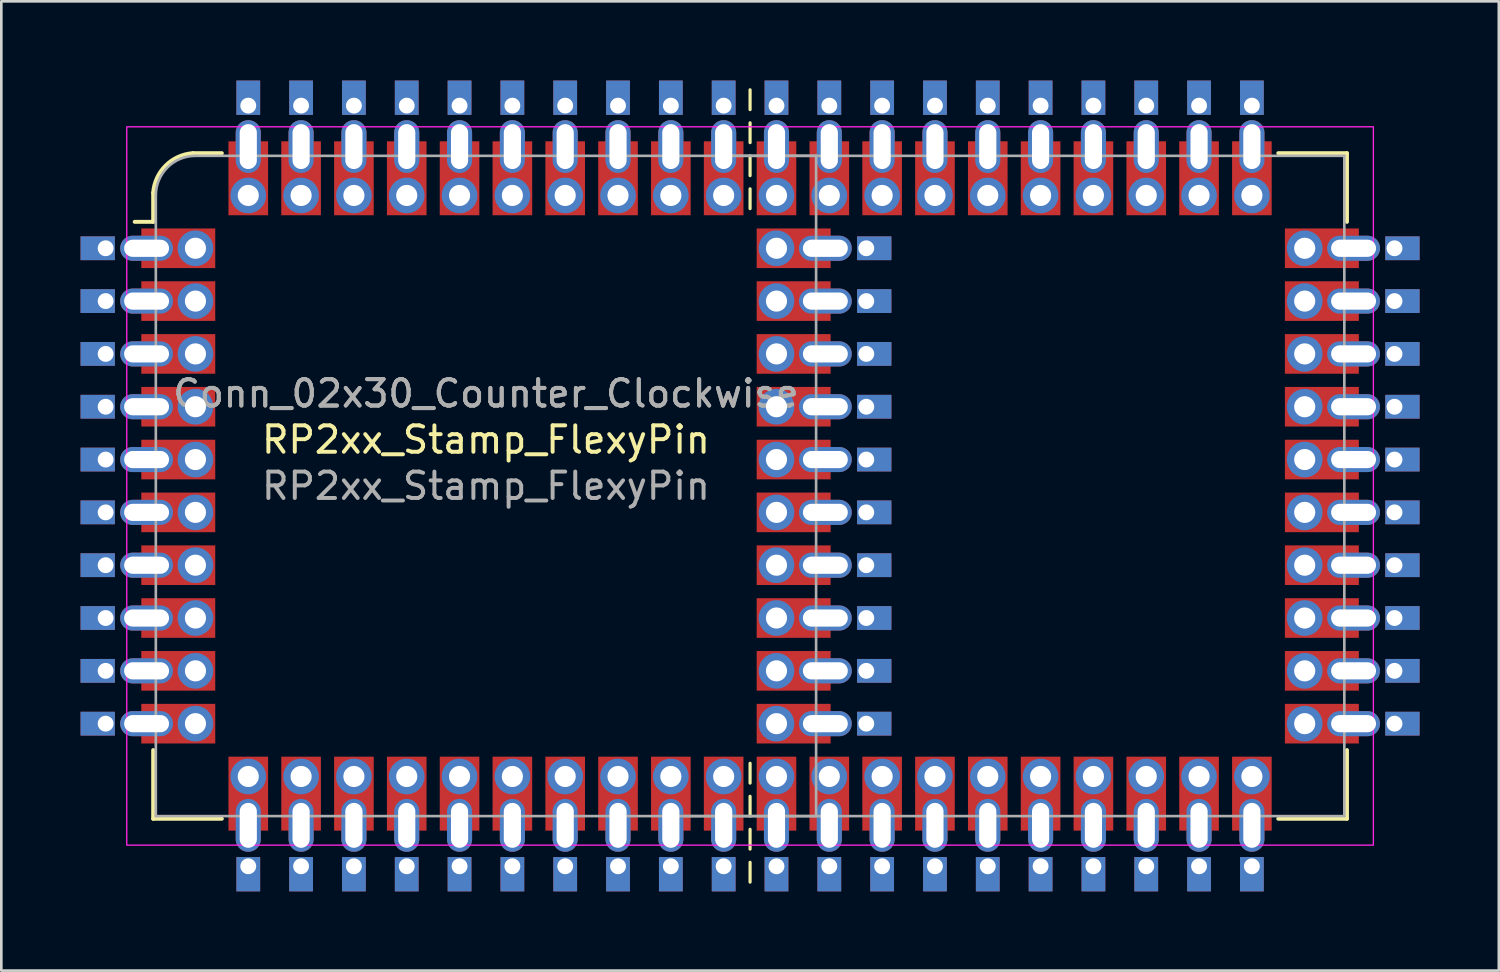
<source format=kicad_pcb>
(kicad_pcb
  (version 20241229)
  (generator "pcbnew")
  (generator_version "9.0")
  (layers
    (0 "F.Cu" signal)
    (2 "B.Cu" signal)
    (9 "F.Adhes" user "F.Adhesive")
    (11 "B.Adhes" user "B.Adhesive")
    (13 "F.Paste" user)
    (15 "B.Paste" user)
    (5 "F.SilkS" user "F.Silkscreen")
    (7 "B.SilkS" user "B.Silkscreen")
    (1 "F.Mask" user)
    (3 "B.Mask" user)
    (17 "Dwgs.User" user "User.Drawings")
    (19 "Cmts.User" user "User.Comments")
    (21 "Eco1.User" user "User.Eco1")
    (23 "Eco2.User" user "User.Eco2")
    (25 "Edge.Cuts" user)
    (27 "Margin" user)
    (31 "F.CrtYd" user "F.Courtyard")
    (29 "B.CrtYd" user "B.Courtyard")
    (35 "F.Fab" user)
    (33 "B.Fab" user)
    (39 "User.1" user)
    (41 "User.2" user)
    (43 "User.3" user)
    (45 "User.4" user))
  (footprint "RP2xx_Stamp_FlexyPin"
    (layer "F.Cu")
    (at 15.35 15.35)
    (property "Reference" "RP2xx_Stamp_FlexyPin" (at 0 -1.75 0) (unlocked yes) (layer "F.SilkS") (effects (font (size 1 1) (thickness 0.15))))
    (property "Value" "Conn_02x30_Counter_Clockwise" (at 0 1.75 0) (unlocked yes) (layer "F.Fab") (hide yes) (effects (font (size 1 1) (thickness 0.15))))
    (attr through_hole)
    (fp_line (start -12.6 -10) (end -13.3 -10) (stroke (width 0.15) (type solid)) (layer "F.SilkS"))
    (fp_line (start -12.6 -10) (end -12.6 -11.1) (stroke (width 0.15) (type solid)) (layer "F.SilkS"))
    (fp_line (start -12.6 12.6) (end -12.6 10) (stroke (width 0.15) (type solid)) (layer "F.SilkS"))
    (fp_line (start -11.1 -12.6) (end -10 -12.6) (stroke (width 0.15) (type solid)) (layer "F.SilkS"))
    (fp_line (start -10 12.6) (end -12.6 12.6) (stroke (width 0.15) (type solid)) (layer "F.SilkS"))
    (fp_line (start 10 -15) (end 10 -14.25) (stroke (width 0.12) (type default)) (layer "F.SilkS"))
    (fp_line (start 10 -13.75) (end 10 -13) (stroke (width 0.12) (type default)) (layer "F.SilkS"))
    (fp_line (start 10 -12.5) (end 10 -11.75) (stroke (width 0.12) (type default)) (layer "F.SilkS"))
    (fp_line (start 10 -11.25) (end 10 -10.5) (stroke (width 0.12) (type default)) (layer "F.SilkS"))
    (fp_line (start 10 10.5) (end 10 11.25) (stroke (width 0.12) (type default)) (layer "F.SilkS"))
    (fp_line (start 10 11.75) (end 10 12.5) (stroke (width 0.12) (type default)) (layer "F.SilkS"))
    (fp_line (start 10 13) (end 10 13.75) (stroke (width 0.12) (type default)) (layer "F.SilkS"))
    (fp_line (start 10 14.25) (end 10 15) (stroke (width 0.12) (type default)) (layer "F.SilkS"))
    (fp_line (start 30 -12.6) (end 32.6 -12.6) (stroke (width 0.15) (type solid)) (layer "F.SilkS"))
    (fp_line (start 32.6 -12.6) (end 32.6 -10) (stroke (width 0.15) (type solid)) (layer "F.SilkS"))
    (fp_line (start 32.6 10) (end 32.6 12.6) (stroke (width 0.15) (type solid)) (layer "F.SilkS"))
    (fp_line (start 32.6 12.6) (end 30 12.6) (stroke (width 0.15) (type solid)) (layer "F.SilkS"))
    (fp_arc (start -12.6 -11.1) (mid -12.129432 -12.129432) (end -11.1 -12.6) (stroke (width 0.15) (type solid)) (layer "F.SilkS"))
    (fp_rect (start -13.6 -13.6) (end 33.6 13.6) (stroke (width 0.05) (type solid)) (fill no) (layer "F.CrtYd"))
    (fp_line (start -12.5 12.5) (end -12.5 -11) (stroke (width 0.1) (type solid)) (layer "F.Fab"))
    (fp_line (start -11 -12.5) (end 12.5 -12.5) (stroke (width 0.1) (type solid)) (layer "F.Fab"))
    (fp_line (start 9 -12.5) (end 32.5 -12.5) (stroke (width 0.1) (type solid)) (layer "F.Fab"))
    (fp_line (start 12.5 -12.5) (end 12.5 12.5) (stroke (width 0.1) (type solid)) (layer "F.Fab"))
    (fp_line (start 12.5 12.5) (end -12.5 12.5) (stroke (width 0.1) (type solid)) (layer "F.Fab"))
    (fp_line (start 32.5 -12.5) (end 32.5 12.5) (stroke (width 0.1) (type solid)) (layer "F.Fab"))
    (fp_line (start 32.5 12.5) (end 7.5 12.5) (stroke (width 0.1) (type solid)) (layer "F.Fab"))
    (fp_arc (start -12.500003 -11.000003) (mid -12.060661 -12.060662) (end -11 -12.5) (stroke (width 0.1) (type solid)) (layer "F.Fab"))
    (fp_text user "${VALUE}" (at 0 -3.5 0) (unlocked yes) (layer "F.Fab") (effects (font (size 1 1) (thickness 0.15))))
    (fp_text user "${REFERENCE}" (at 0 0 0) (unlocked yes) (layer "F.Fab") (effects (font (size 1 1) (thickness 0.15))))
    (fp_text user "${VALUE}" (at 0 -3.5 0) (unlocked yes) (layer "F.Fab") (effects (font (size 1 1) (thickness 0.15))))
    (pad "1" thru_hole rect (at -14.4 -9) (size 1.3 0.9) (drill 0.6 (offset -0.3 0)) (layers "*.Cu" "*.Mask"))
    (pad "1" thru_hole oval (at -12.85 -9 180) (size 2 0.95) (drill oval 1.7 0.65) (layers "*.Cu" "*.Mask"))
    (pad "1" smd rect (at -11.65 -9) (size 2.8 1.5) (layers "F.Cu" "F.Mask" "F.Paste"))
    (pad "1" thru_hole circle (at -11 -9) (size 1.35 1.35) (drill 0.8) (layers "*.Cu" "*.Mask"))
    (pad "2" thru_hole rect (at -14.4 -7) (size 1.3 0.9) (drill 0.6 (offset -0.3 0)) (layers "*.Cu" "*.Mask"))
    (pad "2" thru_hole oval (at -12.85 -7 180) (size 2 0.95) (drill oval 1.7 0.65) (layers "*.Cu" "*.Mask"))
    (pad "2" smd rect (at -11.65 -7) (size 2.8 1.5) (layers "F.Cu" "F.Mask" "F.Paste"))
    (pad "2" thru_hole oval (at -11 -7) (size 1.35 1.35) (drill 0.8) (layers "*.Cu" "*.Mask"))
    (pad "3" thru_hole rect (at -14.4 -5) (size 1.3 0.9) (drill 0.6 (offset -0.3 0)) (layers "*.Cu" "*.Mask"))
    (pad "3" thru_hole oval (at -12.85 -5 180) (size 2 0.95) (drill oval 1.7 0.65) (layers "*.Cu" "*.Mask"))
    (pad "3" smd rect (at -11.65 -5) (size 2.8 1.5) (layers "F.Cu" "F.Mask" "F.Paste"))
    (pad "3" thru_hole oval (at -11 -5) (size 1.35 1.35) (drill 0.8) (layers "*.Cu" "*.Mask"))
    (pad "4" thru_hole rect (at -14.4 -3) (size 1.3 0.9) (drill 0.6 (offset -0.3 0)) (layers "*.Cu" "*.Mask"))
    (pad "4" thru_hole oval (at -12.85 -3 180) (size 2 0.95) (drill oval 1.7 0.65) (layers "*.Cu" "*.Mask"))
    (pad "4" smd rect (at -11.65 -3) (size 2.8 1.5) (layers "F.Cu" "F.Mask" "F.Paste"))
    (pad "4" thru_hole oval (at -11 -3) (size 1.35 1.35) (drill 0.8) (layers "*.Cu" "*.Mask"))
    (pad "5" thru_hole rect (at -14.4 -1) (size 1.3 0.9) (drill 0.6 (offset -0.3 0)) (layers "*.Cu" "*.Mask"))
    (pad "5" thru_hole oval (at -12.85 -1 180) (size 2 0.95) (drill oval 1.7 0.65) (layers "*.Cu" "*.Mask"))
    (pad "5" smd rect (at -11.65 -1) (size 2.8 1.5) (layers "F.Cu" "F.Mask" "F.Paste"))
    (pad "5" thru_hole oval (at -11 -1) (size 1.35 1.35) (drill 0.8) (layers "*.Cu" "*.Mask"))
    (pad "6" thru_hole rect (at -14.4 1) (size 1.3 0.9) (drill 0.6 (offset -0.3 0)) (layers "*.Cu" "*.Mask"))
    (pad "6" thru_hole oval (at -12.85 1 180) (size 2 0.95) (drill oval 1.7 0.65) (layers "*.Cu" "*.Mask"))
    (pad "6" smd rect (at -11.65 1) (size 2.8 1.5) (layers "F.Cu" "F.Mask" "F.Paste"))
    (pad "6" thru_hole oval (at -11 1) (size 1.35 1.35) (drill 0.8) (layers "*.Cu" "*.Mask"))
    (pad "7" thru_hole rect (at -14.4 3) (size 1.3 0.9) (drill 0.6 (offset -0.3 0)) (layers "*.Cu" "*.Mask"))
    (pad "7" thru_hole oval (at -12.85 3 180) (size 2 0.95) (drill oval 1.7 0.65) (layers "*.Cu" "*.Mask"))
    (pad "7" smd rect (at -11.65 3) (size 2.8 1.5) (layers "F.Cu" "F.Mask" "F.Paste"))
    (pad "7" thru_hole oval (at -11 3) (size 1.35 1.35) (drill 0.8) (layers "*.Cu" "*.Mask"))
    (pad "8" thru_hole rect (at -14.4 5) (size 1.3 0.9) (drill 0.6 (offset -0.3 0)) (layers "*.Cu" "*.Mask"))
    (pad "8" thru_hole oval (at -12.85 5 180) (size 2 0.95) (drill oval 1.7 0.65) (layers "*.Cu" "*.Mask"))
    (pad "8" smd rect (at -11.65 5) (size 2.8 1.5) (layers "F.Cu" "F.Mask" "F.Paste"))
    (pad "8" thru_hole oval (at -11 5) (size 1.35 1.35) (drill 0.8) (layers "*.Cu" "*.Mask"))
    (pad "9" thru_hole rect (at -14.4 7) (size 1.3 0.9) (drill 0.6 (offset -0.3 0)) (layers "*.Cu" "*.Mask"))
    (pad "9" thru_hole oval (at -12.85 7 180) (size 2 0.95) (drill oval 1.7 0.65) (layers "*.Cu" "*.Mask"))
    (pad "9" smd rect (at -11.65 7) (size 2.8 1.5) (layers "F.Cu" "F.Mask" "F.Paste"))
    (pad "9" thru_hole oval (at -11 7) (size 1.35 1.35) (drill 0.8) (layers "*.Cu" "*.Mask"))
    (pad "10" thru_hole rect (at -14.4 9) (size 1.3 0.9) (drill 0.6 (offset -0.3 0)) (layers "*.Cu" "*.Mask"))
    (pad "10" thru_hole oval (at -12.85 9 180) (size 2 0.95) (drill oval 1.7 0.65) (layers "*.Cu" "*.Mask"))
    (pad "10" smd rect (at -11.65 9) (size 2.8 1.5) (layers "F.Cu" "F.Mask" "F.Paste"))
    (pad "10" thru_hole oval (at -11 9) (size 1.35 1.35) (drill 0.8) (layers "*.Cu" "*.Mask"))
    (pad "11" thru_hole oval (at -9 11) (size 1.35 1.35) (drill 0.8) (layers "*.Cu" "*.Mask"))
    (pad "11" smd rect (at -9 11.65 270) (size 2.8 1.5) (layers "F.Cu" "F.Mask" "F.Paste"))
    (pad "11" thru_hole oval (at -9 12.85 270) (size 2 0.95) (drill oval 1.7 0.65) (layers "*.Cu" "*.Mask"))
    (pad "11" thru_hole rect (at -9 14.4 90) (size 1.3 0.9) (drill 0.6 (offset -0.3 0)) (layers "*.Cu" "*.Mask"))
    (pad "12" thru_hole oval (at -7 11) (size 1.35 1.35) (drill 0.8) (layers "*.Cu" "*.Mask"))
    (pad "12" smd rect (at -7 11.65 270) (size 2.8 1.5) (layers "F.Cu" "F.Mask" "F.Paste"))
    (pad "12" thru_hole oval (at -7 12.85 270) (size 2 0.95) (drill oval 1.7 0.65) (layers "*.Cu" "*.Mask"))
    (pad "12" thru_hole rect (at -7 14.4 90) (size 1.3 0.9) (drill 0.6 (offset -0.3 0)) (layers "*.Cu" "*.Mask"))
    (pad "13" thru_hole oval (at -5 11) (size 1.35 1.35) (drill 0.8) (layers "*.Cu" "*.Mask"))
    (pad "13" smd rect (at -5 11.65 270) (size 2.8 1.5) (layers "F.Cu" "F.Mask" "F.Paste"))
    (pad "13" thru_hole oval (at -5 12.85 270) (size 2 0.95) (drill oval 1.7 0.65) (layers "*.Cu" "*.Mask"))
    (pad "13" thru_hole rect (at -5 14.4 90) (size 1.3 0.9) (drill 0.6 (offset -0.3 0)) (layers "*.Cu" "*.Mask"))
    (pad "14" thru_hole oval (at -3 11) (size 1.35 1.35) (drill 0.8) (layers "*.Cu" "*.Mask"))
    (pad "14" smd rect (at -3 11.65 270) (size 2.8 1.5) (layers "F.Cu" "F.Mask" "F.Paste"))
    (pad "14" thru_hole oval (at -3 12.85 270) (size 2 0.95) (drill oval 1.7 0.65) (layers "*.Cu" "*.Mask"))
    (pad "14" thru_hole rect (at -3 14.4 90) (size 1.3 0.9) (drill 0.6 (offset -0.3 0)) (layers "*.Cu" "*.Mask"))
    (pad "15" thru_hole oval (at -1 11) (size 1.35 1.35) (drill 0.8) (layers "*.Cu" "*.Mask"))
    (pad "15" smd rect (at -1 11.65 270) (size 2.8 1.5) (layers "F.Cu" "F.Mask" "F.Paste"))
    (pad "15" thru_hole oval (at -1 12.85 270) (size 2 0.95) (drill oval 1.7 0.65) (layers "*.Cu" "*.Mask"))
    (pad "15" thru_hole rect (at -1 14.4 90) (size 1.3 0.9) (drill 0.6 (offset -0.3 0)) (layers "*.Cu" "*.Mask"))
    (pad "16" thru_hole oval (at 1 11) (size 1.35 1.35) (drill 0.8) (layers "*.Cu" "*.Mask"))
    (pad "16" smd rect (at 1 11.65 270) (size 2.8 1.5) (layers "F.Cu" "F.Mask" "F.Paste"))
    (pad "16" thru_hole oval (at 1 12.85 270) (size 2 0.95) (drill oval 1.7 0.65) (layers "*.Cu" "*.Mask"))
    (pad "16" thru_hole rect (at 1 14.4 90) (size 1.3 0.9) (drill 0.6 (offset -0.3 0)) (layers "*.Cu" "*.Mask"))
    (pad "17" thru_hole oval (at 3 11) (size 1.35 1.35) (drill 0.8) (layers "*.Cu" "*.Mask"))
    (pad "17" smd rect (at 3 11.65 270) (size 2.8 1.5) (layers "F.Cu" "F.Mask" "F.Paste"))
    (pad "17" thru_hole oval (at 3 12.85 270) (size 2 0.95) (drill oval 1.7 0.65) (layers "*.Cu" "*.Mask"))
    (pad "17" thru_hole rect (at 3 14.4 90) (size 1.3 0.9) (drill 0.6 (offset -0.3 0)) (layers "*.Cu" "*.Mask"))
    (pad "18" thru_hole oval (at 5 11) (size 1.35 1.35) (drill 0.8) (layers "*.Cu" "*.Mask"))
    (pad "18" smd rect (at 5 11.65 270) (size 2.8 1.5) (layers "F.Cu" "F.Mask" "F.Paste"))
    (pad "18" thru_hole oval (at 5 12.85 270) (size 2 0.95) (drill oval 1.7 0.65) (layers "*.Cu" "*.Mask"))
    (pad "18" thru_hole rect (at 5 14.4 90) (size 1.3 0.9) (drill 0.6 (offset -0.3 0)) (layers "*.Cu" "*.Mask"))
    (pad "19" thru_hole oval (at 7 11) (size 1.35 1.35) (drill 0.8) (layers "*.Cu" "*.Mask"))
    (pad "19" smd rect (at 7 11.65 270) (size 2.8 1.5) (layers "F.Cu" "F.Mask" "F.Paste"))
    (pad "19" thru_hole oval (at 7 12.85 270) (size 2 0.95) (drill oval 1.7 0.65) (layers "*.Cu" "*.Mask"))
    (pad "19" thru_hole rect (at 7 14.4 90) (size 1.3 0.9) (drill 0.6 (offset -0.3 0)) (layers "*.Cu" "*.Mask"))
    (pad "20" thru_hole oval (at 9 11) (size 1.35 1.35) (drill 0.8) (layers "*.Cu" "*.Mask"))
    (pad "20" smd rect (at 9 11.65 270) (size 2.8 1.5) (layers "F.Cu" "F.Mask" "F.Paste"))
    (pad "20" thru_hole oval (at 9 12.85 270) (size 2 0.95) (drill oval 1.7 0.65) (layers "*.Cu" "*.Mask"))
    (pad "20" thru_hole rect (at 9 14.4 90) (size 1.3 0.9) (drill 0.6 (offset -0.3 0)) (layers "*.Cu" "*.Mask"))
    (pad "21" thru_hole oval (at 11 9) (size 1.35 1.35) (drill 0.8) (layers "*.Cu" "*.Mask"))
    (pad "21" thru_hole oval (at 11 11) (size 1.35 1.35) (drill 0.8) (layers "*.Cu" "*.Mask"))
    (pad "21" smd rect (at 11 11.65 270) (size 2.8 1.5) (layers "F.Cu" "F.Mask" "F.Paste"))
    (pad "21" thru_hole oval (at 11 12.85 270) (size 2 0.95) (drill oval 1.7 0.65) (layers "*.Cu" "*.Mask"))
    (pad "21" thru_hole rect (at 11 14.4 90) (size 1.3 0.9) (drill 0.6 (offset -0.3 0)) (layers "*.Cu" "*.Mask"))
    (pad "21" smd rect (at 11.65 9) (size 2.8 1.5) (layers "F.Cu" "F.Mask" "F.Paste"))
    (pad "21" thru_hole oval (at 12.85 9) (size 2 0.95) (drill oval 1.7 0.65) (layers "*.Cu" "*.Mask"))
    (pad "21" thru_hole rect (at 14.4 9 180) (size 1.3 0.9) (drill 0.6 (offset -0.3 0)) (layers "*.Cu" "*.Mask"))
    (pad "22" thru_hole oval (at 11 7) (size 1.35 1.35) (drill 0.8) (layers "*.Cu" "*.Mask"))
    (pad "22" smd rect (at 11.65 7) (size 2.8 1.5) (layers "F.Cu" "F.Mask" "F.Paste"))
    (pad "22" thru_hole oval (at 12.85 7) (size 2 0.95) (drill oval 1.7 0.65) (layers "*.Cu" "*.Mask"))
    (pad "22" thru_hole oval (at 13 11) (size 1.35 1.35) (drill 0.8) (layers "*.Cu" "*.Mask"))
    (pad "22" smd rect (at 13 11.65 270) (size 2.8 1.5) (layers "F.Cu" "F.Mask" "F.Paste"))
    (pad "22" thru_hole oval (at 13 12.85 270) (size 2 0.95) (drill oval 1.7 0.65) (layers "*.Cu" "*.Mask"))
    (pad "22" thru_hole rect (at 13 14.4 90) (size 1.3 0.9) (drill 0.6 (offset -0.3 0)) (layers "*.Cu" "*.Mask"))
    (pad "22" thru_hole rect (at 14.4 7 180) (size 1.3 0.9) (drill 0.6 (offset -0.3 0)) (layers "*.Cu" "*.Mask"))
    (pad "23" thru_hole oval (at 11 5) (size 1.35 1.35) (drill 0.8) (layers "*.Cu" "*.Mask"))
    (pad "23" smd rect (at 11.65 5) (size 2.8 1.5) (layers "F.Cu" "F.Mask" "F.Paste"))
    (pad "23" thru_hole oval (at 12.85 5) (size 2 0.95) (drill oval 1.7 0.65) (layers "*.Cu" "*.Mask"))
    (pad "23" thru_hole rect (at 14.4 5 180) (size 1.3 0.9) (drill 0.6 (offset -0.3 0)) (layers "*.Cu" "*.Mask"))
    (pad "23" thru_hole oval (at 15 11) (size 1.35 1.35) (drill 0.8) (layers "*.Cu" "*.Mask"))
    (pad "23" smd rect (at 15 11.65 270) (size 2.8 1.5) (layers "F.Cu" "F.Mask" "F.Paste"))
    (pad "23" thru_hole oval (at 15 12.85 270) (size 2 0.95) (drill oval 1.7 0.65) (layers "*.Cu" "*.Mask"))
    (pad "23" thru_hole rect (at 15 14.4 90) (size 1.3 0.9) (drill 0.6 (offset -0.3 0)) (layers "*.Cu" "*.Mask"))
    (pad "24" thru_hole oval (at 11 3) (size 1.35 1.35) (drill 0.8) (layers "*.Cu" "*.Mask"))
    (pad "24" smd rect (at 11.65 3) (size 2.8 1.5) (layers "F.Cu" "F.Mask" "F.Paste"))
    (pad "24" thru_hole oval (at 12.85 3) (size 2 0.95) (drill oval 1.7 0.65) (layers "*.Cu" "*.Mask"))
    (pad "24" thru_hole rect (at 14.4 3 180) (size 1.3 0.9) (drill 0.6 (offset -0.3 0)) (layers "*.Cu" "*.Mask"))
    (pad "24" thru_hole oval (at 17 11) (size 1.35 1.35) (drill 0.8) (layers "*.Cu" "*.Mask"))
    (pad "24" smd rect (at 17 11.65 270) (size 2.8 1.5) (layers "F.Cu" "F.Mask" "F.Paste"))
    (pad "24" thru_hole oval (at 17 12.85 270) (size 2 0.95) (drill oval 1.7 0.65) (layers "*.Cu" "*.Mask"))
    (pad "24" thru_hole rect (at 17 14.4 90) (size 1.3 0.9) (drill 0.6 (offset -0.3 0)) (layers "*.Cu" "*.Mask"))
    (pad "25" thru_hole oval (at 11 1) (size 1.35 1.35) (drill 0.8) (layers "*.Cu" "*.Mask"))
    (pad "25" smd rect (at 11.65 1) (size 2.8 1.5) (layers "F.Cu" "F.Mask" "F.Paste"))
    (pad "25" thru_hole oval (at 12.85 1) (size 2 0.95) (drill oval 1.7 0.65) (layers "*.Cu" "*.Mask"))
    (pad "25" thru_hole rect (at 14.4 1 180) (size 1.3 0.9) (drill 0.6 (offset -0.3 0)) (layers "*.Cu" "*.Mask"))
    (pad "25" thru_hole oval (at 19 11) (size 1.35 1.35) (drill 0.8) (layers "*.Cu" "*.Mask"))
    (pad "25" smd rect (at 19 11.65 270) (size 2.8 1.5) (layers "F.Cu" "F.Mask" "F.Paste"))
    (pad "25" thru_hole oval (at 19 12.85 270) (size 2 0.95) (drill oval 1.7 0.65) (layers "*.Cu" "*.Mask"))
    (pad "25" thru_hole rect (at 19 14.4 90) (size 1.3 0.9) (drill 0.6 (offset -0.3 0)) (layers "*.Cu" "*.Mask"))
    (pad "26" thru_hole oval (at 11 -1) (size 1.35 1.35) (drill 0.8) (layers "*.Cu" "*.Mask"))
    (pad "26" smd rect (at 11.65 -1) (size 2.8 1.5) (layers "F.Cu" "F.Mask" "F.Paste"))
    (pad "26" thru_hole oval (at 12.85 -1) (size 2 0.95) (drill oval 1.7 0.65) (layers "*.Cu" "*.Mask"))
    (pad "26" thru_hole rect (at 14.4 -1 180) (size 1.3 0.9) (drill 0.6 (offset -0.3 0)) (layers "*.Cu" "*.Mask"))
    (pad "26" thru_hole oval (at 21 11) (size 1.35 1.35) (drill 0.8) (layers "*.Cu" "*.Mask"))
    (pad "26" smd rect (at 21 11.65 270) (size 2.8 1.5) (layers "F.Cu" "F.Mask" "F.Paste"))
    (pad "26" thru_hole oval (at 21 12.85 270) (size 2 0.95) (drill oval 1.7 0.65) (layers "*.Cu" "*.Mask"))
    (pad "26" thru_hole rect (at 21 14.4 90) (size 1.3 0.9) (drill 0.6 (offset -0.3 0)) (layers "*.Cu" "*.Mask"))
    (pad "27" thru_hole oval (at 11 -3) (size 1.35 1.35) (drill 0.8) (layers "*.Cu" "*.Mask"))
    (pad "27" smd rect (at 11.65 -3) (size 2.8 1.5) (layers "F.Cu" "F.Mask" "F.Paste"))
    (pad "27" thru_hole oval (at 12.85 -3) (size 2 0.95) (drill oval 1.7 0.65) (layers "*.Cu" "*.Mask"))
    (pad "27" thru_hole rect (at 14.4 -3 180) (size 1.3 0.9) (drill 0.6 (offset -0.3 0)) (layers "*.Cu" "*.Mask"))
    (pad "27" thru_hole oval (at 23 11) (size 1.35 1.35) (drill 0.8) (layers "*.Cu" "*.Mask"))
    (pad "27" smd rect (at 23 11.65 270) (size 2.8 1.5) (layers "F.Cu" "F.Mask" "F.Paste"))
    (pad "27" thru_hole oval (at 23 12.85 270) (size 2 0.95) (drill oval 1.7 0.65) (layers "*.Cu" "*.Mask"))
    (pad "27" thru_hole rect (at 23 14.4 90) (size 1.3 0.9) (drill 0.6 (offset -0.3 0)) (layers "*.Cu" "*.Mask"))
    (pad "28" thru_hole oval (at 11 -5) (size 1.35 1.35) (drill 0.8) (layers "*.Cu" "*.Mask"))
    (pad "28" smd rect (at 11.65 -5) (size 2.8 1.5) (layers "F.Cu" "F.Mask" "F.Paste"))
    (pad "28" thru_hole oval (at 12.85 -5) (size 2 0.95) (drill oval 1.7 0.65) (layers "*.Cu" "*.Mask"))
    (pad "28" thru_hole rect (at 14.4 -5 180) (size 1.3 0.9) (drill 0.6 (offset -0.3 0)) (layers "*.Cu" "*.Mask"))
    (pad "28" thru_hole oval (at 25 11) (size 1.35 1.35) (drill 0.8) (layers "*.Cu" "*.Mask"))
    (pad "28" smd rect (at 25 11.65 270) (size 2.8 1.5) (layers "F.Cu" "F.Mask" "F.Paste"))
    (pad "28" thru_hole oval (at 25 12.85 270) (size 2 0.95) (drill oval 1.7 0.65) (layers "*.Cu" "*.Mask"))
    (pad "28" thru_hole rect (at 25 14.4 90) (size 1.3 0.9) (drill 0.6 (offset -0.3 0)) (layers "*.Cu" "*.Mask"))
    (pad "29" thru_hole oval (at 11 -7) (size 1.35 1.35) (drill 0.8) (layers "*.Cu" "*.Mask"))
    (pad "29" smd rect (at 11.65 -7) (size 2.8 1.5) (layers "F.Cu" "F.Mask" "F.Paste"))
    (pad "29" thru_hole oval (at 12.85 -7) (size 2 0.95) (drill oval 1.7 0.65) (layers "*.Cu" "*.Mask"))
    (pad "29" thru_hole rect (at 14.4 -7 180) (size 1.3 0.9) (drill 0.6 (offset -0.3 0)) (layers "*.Cu" "*.Mask"))
    (pad "29" thru_hole oval (at 27 11) (size 1.35 1.35) (drill 0.8) (layers "*.Cu" "*.Mask"))
    (pad "29" smd rect (at 27 11.65 270) (size 2.8 1.5) (layers "F.Cu" "F.Mask" "F.Paste"))
    (pad "29" thru_hole oval (at 27 12.85 270) (size 2 0.95) (drill oval 1.7 0.65) (layers "*.Cu" "*.Mask"))
    (pad "29" thru_hole rect (at 27 14.4 90) (size 1.3 0.9) (drill 0.6 (offset -0.3 0)) (layers "*.Cu" "*.Mask"))
    (pad "30" thru_hole oval (at 11 -9) (size 1.35 1.35) (drill 0.8) (layers "*.Cu" "*.Mask"))
    (pad "30" smd rect (at 11.65 -9) (size 2.8 1.5) (layers "F.Cu" "F.Mask" "F.Paste"))
    (pad "30" thru_hole oval (at 12.85 -9) (size 2 0.95) (drill oval 1.7 0.65) (layers "*.Cu" "*.Mask"))
    (pad "30" thru_hole rect (at 14.4 -9 180) (size 1.3 0.9) (drill 0.6 (offset -0.3 0)) (layers "*.Cu" "*.Mask"))
    (pad "30" thru_hole oval (at 29 11) (size 1.35 1.35) (drill 0.8) (layers "*.Cu" "*.Mask"))
    (pad "30" smd rect (at 29 11.65 270) (size 2.8 1.5) (layers "F.Cu" "F.Mask" "F.Paste"))
    (pad "30" thru_hole oval (at 29 12.85 270) (size 2 0.95) (drill oval 1.7 0.65) (layers "*.Cu" "*.Mask"))
    (pad "30" thru_hole rect (at 29 14.4 90) (size 1.3 0.9) (drill 0.6 (offset -0.3 0)) (layers "*.Cu" "*.Mask"))
    (pad "31" thru_hole rect (at 9 -14.4 270) (size 1.3 0.9) (drill 0.6 (offset -0.3 0)) (layers "*.Cu" "*.Mask"))
    (pad "31" thru_hole oval (at 9 -12.85 90) (size 2 0.95) (drill oval 1.7 0.65) (layers "*.Cu" "*.Mask"))
    (pad "31" smd rect (at 9 -11.65 270) (size 2.8 1.5) (layers "F.Cu" "F.Mask" "F.Paste"))
    (pad "31" thru_hole oval (at 9 -11) (size 1.35 1.35) (drill 0.8) (layers "*.Cu" "*.Mask"))
    (pad "32" thru_hole rect (at 7 -14.4 270) (size 1.3 0.9) (drill 0.6 (offset -0.3 0)) (layers "*.Cu" "*.Mask"))
    (pad "32" thru_hole oval (at 7 -12.85 90) (size 2 0.95) (drill oval 1.7 0.65) (layers "*.Cu" "*.Mask"))
    (pad "32" smd rect (at 7 -11.65 270) (size 2.8 1.5) (layers "F.Cu" "F.Mask" "F.Paste"))
    (pad "32" thru_hole oval (at 7 -11) (size 1.35 1.35) (drill 0.8) (layers "*.Cu" "*.Mask"))
    (pad "33" thru_hole rect (at 5 -14.4 270) (size 1.3 0.9) (drill 0.6 (offset -0.3 0)) (layers "*.Cu" "*.Mask"))
    (pad "33" thru_hole oval (at 5 -12.85 90) (size 2 0.95) (drill oval 1.7 0.65) (layers "*.Cu" "*.Mask"))
    (pad "33" smd rect (at 5 -11.65 270) (size 2.8 1.5) (layers "F.Cu" "F.Mask" "F.Paste"))
    (pad "33" thru_hole oval (at 5 -11) (size 1.35 1.35) (drill 0.8) (layers "*.Cu" "*.Mask"))
    (pad "34" thru_hole rect (at 3 -14.4 270) (size 1.3 0.9) (drill 0.6 (offset -0.3 0)) (layers "*.Cu" "*.Mask"))
    (pad "34" thru_hole oval (at 3 -12.85 90) (size 2 0.95) (drill oval 1.7 0.65) (layers "*.Cu" "*.Mask"))
    (pad "34" smd rect (at 3 -11.65 270) (size 2.8 1.5) (layers "F.Cu" "F.Mask" "F.Paste"))
    (pad "34" thru_hole oval (at 3 -11) (size 1.35 1.35) (drill 0.8) (layers "*.Cu" "*.Mask"))
    (pad "35" thru_hole rect (at 1 -14.4 270) (size 1.3 0.9) (drill 0.6 (offset -0.3 0)) (layers "*.Cu" "*.Mask"))
    (pad "35" thru_hole oval (at 1 -12.85 90) (size 2 0.95) (drill oval 1.7 0.65) (layers "*.Cu" "*.Mask"))
    (pad "35" smd rect (at 1 -11.65 270) (size 2.8 1.5) (layers "F.Cu" "F.Mask" "F.Paste"))
    (pad "35" thru_hole oval (at 1 -11) (size 1.35 1.35) (drill 0.8) (layers "*.Cu" "*.Mask"))
    (pad "36" thru_hole rect (at -1 -14.4 270) (size 1.3 0.9) (drill 0.6 (offset -0.3 0)) (layers "*.Cu" "*.Mask"))
    (pad "36" thru_hole oval (at -1 -12.85 90) (size 2 0.95) (drill oval 1.7 0.65) (layers "*.Cu" "*.Mask"))
    (pad "36" smd rect (at -1 -11.65 270) (size 2.8 1.5) (layers "F.Cu" "F.Mask" "F.Paste"))
    (pad "36" thru_hole oval (at -1 -11) (size 1.35 1.35) (drill 0.8) (layers "*.Cu" "*.Mask"))
    (pad "37" thru_hole rect (at -3 -14.4 270) (size 1.3 0.9) (drill 0.6 (offset -0.3 0)) (layers "*.Cu" "*.Mask"))
    (pad "37" thru_hole oval (at -3 -12.85 90) (size 2 0.95) (drill oval 1.7 0.65) (layers "*.Cu" "*.Mask"))
    (pad "37" smd rect (at -3 -11.65 270) (size 2.8 1.5) (layers "F.Cu" "F.Mask" "F.Paste"))
    (pad "37" thru_hole oval (at -3 -11) (size 1.35 1.35) (drill 0.8) (layers "*.Cu" "*.Mask"))
    (pad "38" thru_hole rect (at -5 -14.4 270) (size 1.3 0.9) (drill 0.6 (offset -0.3 0)) (layers "*.Cu" "*.Mask"))
    (pad "38" thru_hole oval (at -5 -12.85 90) (size 2 0.95) (drill oval 1.7 0.65) (layers "*.Cu" "*.Mask"))
    (pad "38" smd rect (at -5 -11.65 270) (size 2.8 1.5) (layers "F.Cu" "F.Mask" "F.Paste"))
    (pad "38" thru_hole oval (at -5 -11) (size 1.35 1.35) (drill 0.8) (layers "*.Cu" "*.Mask"))
    (pad "39" thru_hole rect (at -7 -14.4 270) (size 1.3 0.9) (drill 0.6 (offset -0.3 0)) (layers "*.Cu" "*.Mask"))
    (pad "39" thru_hole oval (at -7 -12.85 90) (size 2 0.95) (drill oval 1.7 0.65) (layers "*.Cu" "*.Mask"))
    (pad "39" smd rect (at -7 -11.65 270) (size 2.8 1.5) (layers "F.Cu" "F.Mask" "F.Paste"))
    (pad "39" thru_hole oval (at -7 -11) (size 1.35 1.35) (drill 0.8) (layers "*.Cu" "*.Mask"))
    (pad "40" thru_hole rect (at -9 -14.4 270) (size 1.3 0.9) (drill 0.6 (offset -0.3 0)) (layers "*.Cu" "*.Mask"))
    (pad "40" thru_hole oval (at -9 -12.85 90) (size 2 0.95) (drill oval 1.7 0.65) (layers "*.Cu" "*.Mask"))
    (pad "40" smd rect (at -9 -11.65 270) (size 2.8 1.5) (layers "F.Cu" "F.Mask" "F.Paste"))
    (pad "40" thru_hole oval (at -9 -11) (size 1.35 1.35) (drill 0.8) (layers "*.Cu" "*.Mask"))
    (pad "41" thru_hole oval (at 31 9) (size 1.35 1.35) (drill 0.8) (layers "*.Cu" "*.Mask"))
    (pad "41" smd rect (at 31.65 9) (size 2.8 1.5) (layers "F.Cu" "F.Mask" "F.Paste"))
    (pad "41" thru_hole oval (at 32.85 9) (size 2 0.95) (drill oval 1.7 0.65) (layers "*.Cu" "*.Mask"))
    (pad "41" thru_hole rect (at 34.4 9 180) (size 1.3 0.9) (drill 0.6 (offset -0.3 0)) (layers "*.Cu" "*.Mask"))
    (pad "42" thru_hole oval (at 31 7) (size 1.35 1.35) (drill 0.8) (layers "*.Cu" "*.Mask"))
    (pad "42" smd rect (at 31.65 7) (size 2.8 1.5) (layers "F.Cu" "F.Mask" "F.Paste"))
    (pad "42" thru_hole oval (at 32.85 7) (size 2 0.95) (drill oval 1.7 0.65) (layers "*.Cu" "*.Mask"))
    (pad "42" thru_hole rect (at 34.4 7 180) (size 1.3 0.9) (drill 0.6 (offset -0.3 0)) (layers "*.Cu" "*.Mask"))
    (pad "43" thru_hole oval (at 31 5) (size 1.35 1.35) (drill 0.8) (layers "*.Cu" "*.Mask"))
    (pad "43" smd rect (at 31.65 5) (size 2.8 1.5) (layers "F.Cu" "F.Mask" "F.Paste"))
    (pad "43" thru_hole oval (at 32.85 5) (size 2 0.95) (drill oval 1.7 0.65) (layers "*.Cu" "*.Mask"))
    (pad "43" thru_hole rect (at 34.4 5 180) (size 1.3 0.9) (drill 0.6 (offset -0.3 0)) (layers "*.Cu" "*.Mask"))
    (pad "44" thru_hole oval (at 31 3) (size 1.35 1.35) (drill 0.8) (layers "*.Cu" "*.Mask"))
    (pad "44" smd rect (at 31.65 3) (size 2.8 1.5) (layers "F.Cu" "F.Mask" "F.Paste"))
    (pad "44" thru_hole oval (at 32.85 3) (size 2 0.95) (drill oval 1.7 0.65) (layers "*.Cu" "*.Mask"))
    (pad "44" thru_hole rect (at 34.4 3 180) (size 1.3 0.9) (drill 0.6 (offset -0.3 0)) (layers "*.Cu" "*.Mask"))
    (pad "45" thru_hole oval (at 31 1) (size 1.35 1.35) (drill 0.8) (layers "*.Cu" "*.Mask"))
    (pad "45" smd rect (at 31.65 1) (size 2.8 1.5) (layers "F.Cu" "F.Mask" "F.Paste"))
    (pad "45" thru_hole oval (at 32.85 1) (size 2 0.95) (drill oval 1.7 0.65) (layers "*.Cu" "*.Mask"))
    (pad "45" thru_hole rect (at 34.4 1 180) (size 1.3 0.9) (drill 0.6 (offset -0.3 0)) (layers "*.Cu" "*.Mask"))
    (pad "46" thru_hole oval (at 31 -1) (size 1.35 1.35) (drill 0.8) (layers "*.Cu" "*.Mask"))
    (pad "46" smd rect (at 31.65 -1) (size 2.8 1.5) (layers "F.Cu" "F.Mask" "F.Paste"))
    (pad "46" thru_hole oval (at 32.85 -1) (size 2 0.95) (drill oval 1.7 0.65) (layers "*.Cu" "*.Mask"))
    (pad "46" thru_hole rect (at 34.4 -1 180) (size 1.3 0.9) (drill 0.6 (offset -0.3 0)) (layers "*.Cu" "*.Mask"))
    (pad "47" thru_hole oval (at 31 -3) (size 1.35 1.35) (drill 0.8) (layers "*.Cu" "*.Mask"))
    (pad "47" smd rect (at 31.65 -3) (size 2.8 1.5) (layers "F.Cu" "F.Mask" "F.Paste"))
    (pad "47" thru_hole oval (at 32.85 -3) (size 2 0.95) (drill oval 1.7 0.65) (layers "*.Cu" "*.Mask"))
    (pad "47" thru_hole rect (at 34.4 -3 180) (size 1.3 0.9) (drill 0.6 (offset -0.3 0)) (layers "*.Cu" "*.Mask"))
    (pad "48" thru_hole oval (at 31 -5) (size 1.35 1.35) (drill 0.8) (layers "*.Cu" "*.Mask"))
    (pad "48" smd rect (at 31.65 -5) (size 2.8 1.5) (layers "F.Cu" "F.Mask" "F.Paste"))
    (pad "48" thru_hole oval (at 32.85 -5) (size 2 0.95) (drill oval 1.7 0.65) (layers "*.Cu" "*.Mask"))
    (pad "48" thru_hole rect (at 34.4 -5 180) (size 1.3 0.9) (drill 0.6 (offset -0.3 0)) (layers "*.Cu" "*.Mask"))
    (pad "49" thru_hole oval (at 31 -7) (size 1.35 1.35) (drill 0.8) (layers "*.Cu" "*.Mask"))
    (pad "49" smd rect (at 31.65 -7) (size 2.8 1.5) (layers "F.Cu" "F.Mask" "F.Paste"))
    (pad "49" thru_hole oval (at 32.85 -7) (size 2 0.95) (drill oval 1.7 0.65) (layers "*.Cu" "*.Mask"))
    (pad "49" thru_hole rect (at 34.4 -7 180) (size 1.3 0.9) (drill 0.6 (offset -0.3 0)) (layers "*.Cu" "*.Mask"))
    (pad "50" thru_hole oval (at 31 -9) (size 1.35 1.35) (drill 0.8) (layers "*.Cu" "*.Mask"))
    (pad "50" smd rect (at 31.65 -9) (size 2.8 1.5) (layers "F.Cu" "F.Mask" "F.Paste"))
    (pad "50" thru_hole oval (at 32.85 -9) (size 2 0.95) (drill oval 1.7 0.65) (layers "*.Cu" "*.Mask"))
    (pad "50" thru_hole rect (at 34.4 -9 180) (size 1.3 0.9) (drill 0.6 (offset -0.3 0)) (layers "*.Cu" "*.Mask"))
    (pad "51" thru_hole rect (at 29 -14.4 270) (size 1.3 0.9) (drill 0.6 (offset -0.3 0)) (layers "*.Cu" "*.Mask"))
    (pad "51" thru_hole oval (at 29 -12.85 90) (size 2 0.95) (drill oval 1.7 0.65) (layers "*.Cu" "*.Mask"))
    (pad "51" smd rect (at 29 -11.65 270) (size 2.8 1.5) (layers "F.Cu" "F.Mask" "F.Paste"))
    (pad "51" thru_hole oval (at 29 -11) (size 1.35 1.35) (drill 0.8) (layers "*.Cu" "*.Mask"))
    (pad "52" thru_hole rect (at 27 -14.4 270) (size 1.3 0.9) (drill 0.6 (offset -0.3 0)) (layers "*.Cu" "*.Mask"))
    (pad "52" thru_hole oval (at 27 -12.85 90) (size 2 0.95) (drill oval 1.7 0.65) (layers "*.Cu" "*.Mask"))
    (pad "52" smd rect (at 27 -11.65 270) (size 2.8 1.5) (layers "F.Cu" "F.Mask" "F.Paste"))
    (pad "52" thru_hole oval (at 27 -11) (size 1.35 1.35) (drill 0.8) (layers "*.Cu" "*.Mask"))
    (pad "53" thru_hole rect (at 25 -14.4 270) (size 1.3 0.9) (drill 0.6 (offset -0.3 0)) (layers "*.Cu" "*.Mask"))
    (pad "53" thru_hole oval (at 25 -12.85 90) (size 2 0.95) (drill oval 1.7 0.65) (layers "*.Cu" "*.Mask"))
    (pad "53" smd rect (at 25 -11.65 270) (size 2.8 1.5) (layers "F.Cu" "F.Mask" "F.Paste"))
    (pad "53" thru_hole oval (at 25 -11) (size 1.35 1.35) (drill 0.8) (layers "*.Cu" "*.Mask"))
    (pad "54" thru_hole rect (at 23 -14.4 270) (size 1.3 0.9) (drill 0.6 (offset -0.3 0)) (layers "*.Cu" "*.Mask"))
    (pad "54" thru_hole oval (at 23 -12.85 90) (size 2 0.95) (drill oval 1.7 0.65) (layers "*.Cu" "*.Mask"))
    (pad "54" smd rect (at 23 -11.65 270) (size 2.8 1.5) (layers "F.Cu" "F.Mask" "F.Paste"))
    (pad "54" thru_hole oval (at 23 -11) (size 1.35 1.35) (drill 0.8) (layers "*.Cu" "*.Mask"))
    (pad "55" thru_hole rect (at 21 -14.4 270) (size 1.3 0.9) (drill 0.6 (offset -0.3 0)) (layers "*.Cu" "*.Mask"))
    (pad "55" thru_hole oval (at 21 -12.85 90) (size 2 0.95) (drill oval 1.7 0.65) (layers "*.Cu" "*.Mask"))
    (pad "55" smd rect (at 21 -11.65 270) (size 2.8 1.5) (layers "F.Cu" "F.Mask" "F.Paste"))
    (pad "55" thru_hole oval (at 21 -11) (size 1.35 1.35) (drill 0.8) (layers "*.Cu" "*.Mask"))
    (pad "56" thru_hole rect (at 19 -14.4 270) (size 1.3 0.9) (drill 0.6 (offset -0.3 0)) (layers "*.Cu" "*.Mask"))
    (pad "56" thru_hole oval (at 19 -12.85 90) (size 2 0.95) (drill oval 1.7 0.65) (layers "*.Cu" "*.Mask"))
    (pad "56" smd rect (at 19 -11.65 270) (size 2.8 1.5) (layers "F.Cu" "F.Mask" "F.Paste"))
    (pad "56" thru_hole oval (at 19 -11) (size 1.35 1.35) (drill 0.8) (layers "*.Cu" "*.Mask"))
    (pad "57" thru_hole rect (at 17 -14.4 270) (size 1.3 0.9) (drill 0.6 (offset -0.3 0)) (layers "*.Cu" "*.Mask"))
    (pad "57" thru_hole oval (at 17 -12.85 90) (size 2 0.95) (drill oval 1.7 0.65) (layers "*.Cu" "*.Mask"))
    (pad "57" smd rect (at 17 -11.65 270) (size 2.8 1.5) (layers "F.Cu" "F.Mask" "F.Paste"))
    (pad "57" thru_hole oval (at 17 -11) (size 1.35 1.35) (drill 0.8) (layers "*.Cu" "*.Mask"))
    (pad "58" thru_hole rect (at 15 -14.4 270) (size 1.3 0.9) (drill 0.6 (offset -0.3 0)) (layers "*.Cu" "*.Mask"))
    (pad "58" thru_hole oval (at 15 -12.85 90) (size 2 0.95) (drill oval 1.7 0.65) (layers "*.Cu" "*.Mask"))
    (pad "58" smd rect (at 15 -11.65 270) (size 2.8 1.5) (layers "F.Cu" "F.Mask" "F.Paste"))
    (pad "58" thru_hole oval (at 15 -11) (size 1.35 1.35) (drill 0.8) (layers "*.Cu" "*.Mask"))
    (pad "59" thru_hole rect (at 13 -14.4 270) (size 1.3 0.9) (drill 0.6 (offset -0.3 0)) (layers "*.Cu" "*.Mask"))
    (pad "59" thru_hole oval (at 13 -12.85 90) (size 2 0.95) (drill oval 1.7 0.65) (layers "*.Cu" "*.Mask"))
    (pad "59" smd rect (at 13 -11.65 270) (size 2.8 1.5) (layers "F.Cu" "F.Mask" "F.Paste"))
    (pad "59" thru_hole oval (at 13 -11) (size 1.35 1.35) (drill 0.8) (layers "*.Cu" "*.Mask"))
    (pad "60" thru_hole rect (at 11 -14.4 270) (size 1.3 0.9) (drill 0.6 (offset -0.3 0)) (layers "*.Cu" "*.Mask"))
    (pad "60" thru_hole oval (at 11 -12.85 90) (size 2 0.95) (drill oval 1.7 0.65) (layers "*.Cu" "*.Mask"))
    (pad "60" smd rect (at 11 -11.65 270) (size 2.8 1.5) (layers "F.Cu" "F.Mask" "F.Paste"))
    (pad "60" thru_hole oval (at 11 -11) (size 1.35 1.35) (drill 0.8) (layers "*.Cu" "*.Mask")))
  (gr_rect
    (start -3 -3)
    (end 53.7 33.7)
    (stroke (width 0.1) (type default))
    (fill no)
    (layer "Edge.Cuts")))
</source>
